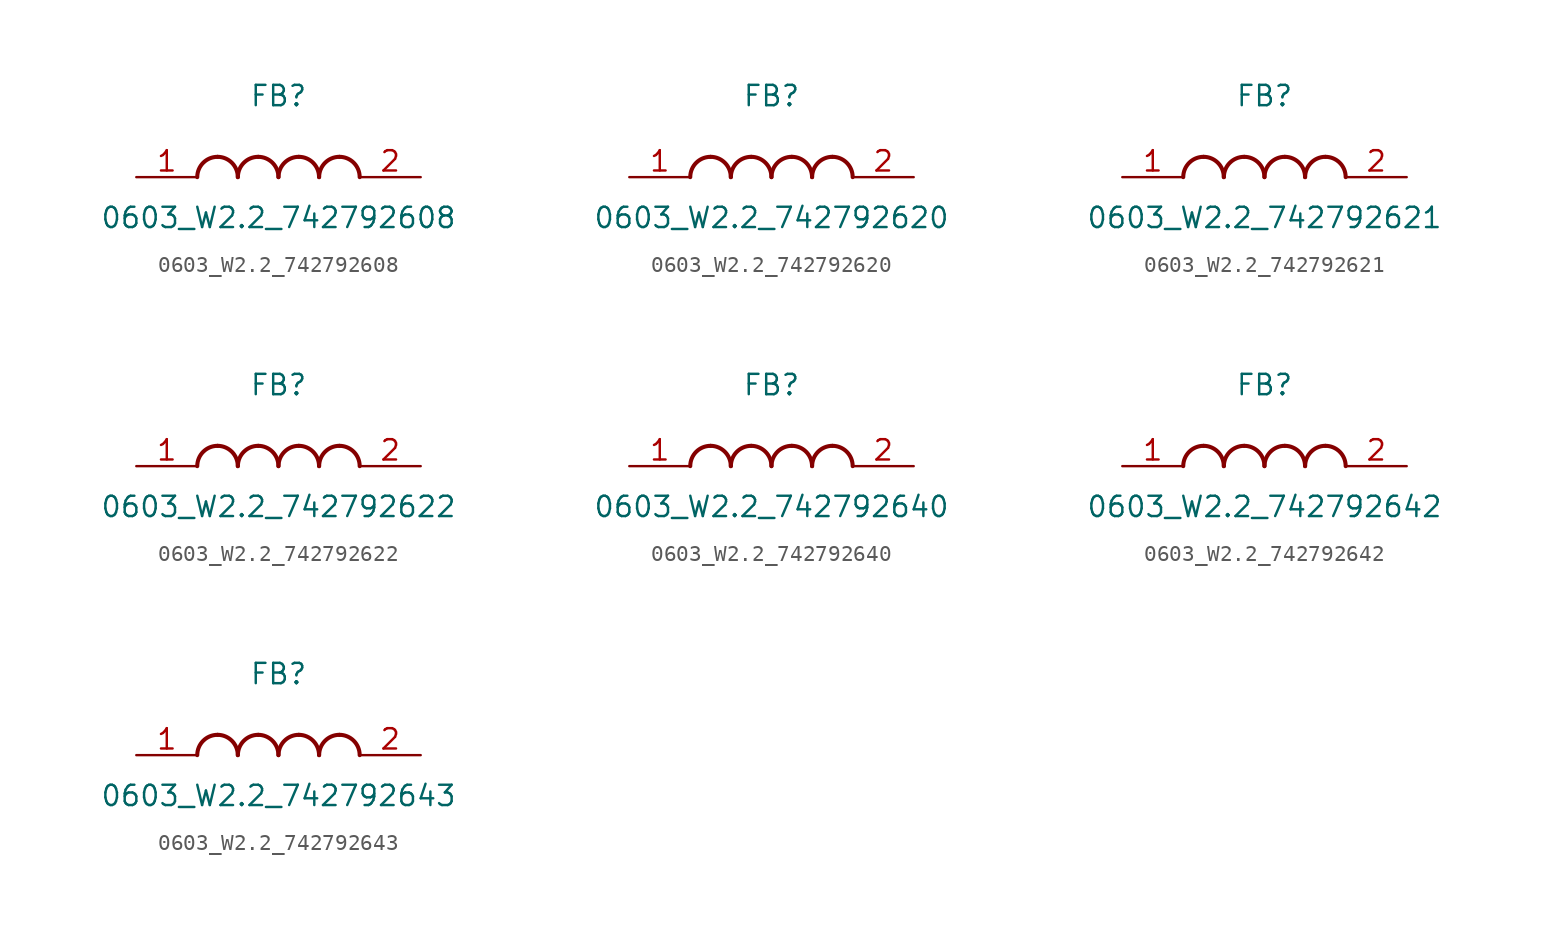
<source format=kicad_sym>
(kicad_symbol_lib
  (version 20211014)
  (generator kicad_symbol_editor)
  (symbol "Ferrite_Wurth_WE-CBF:0603_W2.2_742792608"
    (pin_names hide)
    (property "Reference" "FB"
      (at 0 5.08 0)
      (effects (font (size 1.27 1.27))))
    (property "Value" "0603_W2.2_742792608"
      (at 0 -2.54 0)
      (effects (font (size 1.27 1.27))))
    (symbol "0603_W2.2_742792608_0_1"
      (arc (start -3.81 1.27) (mid -4.708 0.898) (end -5.08 0) (stroke (width 0.254) (type default)) (fill (type none)))
      (arc (start -2.54 0) (mid -2.912 0.898) (end -3.81 1.27) (stroke (width 0.254) (type default)) (fill (type none)))
      (arc (start -1.2699 1.2701) (mid -2.1679 0.8981) (end -2.5399 0.0001) (stroke (width 0.254) (type default)) (fill (type none)))
      (arc (start 0.0001 0.0001) (mid -0.3719 0.8981) (end -1.2699 1.2701) (stroke (width 0.254) (type default)) (fill (type none)))
      (arc (start 1.2701 1.2701) (mid 0.3721 0.8981) (end 0.0001 0.0001) (stroke (width 0.254) (type default)) (fill (type none)))
      (arc (start 2.5401 0.0001) (mid 2.1681 0.8981) (end 1.2701 1.2701) (stroke (width 0.254) (type default)) (fill (type none)))
      (arc (start 3.8101 1.2701) (mid 2.9121 0.8981) (end 2.5401 0.0001) (stroke (width 0.254) (type default)) (fill (type none)))
      (arc (start 5.0801 0.0001) (mid 4.7081 0.8981) (end 3.8101 1.2701) (stroke (width 0.254) (type default)) (fill (type none))))
    (symbol "0603_W2.2_742792608_1_1"
      (pin passive line (at -8.89 0 0) (length 3.81) (name "1" (effects (font (size 1.27 1.27)))) (number "1" (effects (font (size 1.27 1.27)))))
      (pin passive line (at 8.89 0 180) (length 3.81) (name "2" (effects (font (size 1.27 1.27)))) (number "2" (effects (font (size 1.27 1.27)))))))
  (symbol "Ferrite_Wurth_WE-CBF:0603_W2.2_742792620"
    (pin_names hide)
    (property "Reference" "FB"
      (at 0 5.08 0)
      (effects (font (size 1.27 1.27))))
    (property "Value" "0603_W2.2_742792620"
      (at 0 -2.54 0)
      (effects (font (size 1.27 1.27))))
    (symbol "0603_W2.2_742792620_0_1"
      (arc (start -3.81 1.27) (mid -4.708 0.898) (end -5.08 0) (stroke (width 0.254) (type default)) (fill (type none)))
      (arc (start -2.54 0) (mid -2.912 0.898) (end -3.81 1.27) (stroke (width 0.254) (type default)) (fill (type none)))
      (arc (start -1.2699 1.2701) (mid -2.1679 0.8981) (end -2.5399 0.0001) (stroke (width 0.254) (type default)) (fill (type none)))
      (arc (start 0.0001 0.0001) (mid -0.3719 0.8981) (end -1.2699 1.2701) (stroke (width 0.254) (type default)) (fill (type none)))
      (arc (start 1.2701 1.2701) (mid 0.3721 0.8981) (end 0.0001 0.0001) (stroke (width 0.254) (type default)) (fill (type none)))
      (arc (start 2.5401 0.0001) (mid 2.1681 0.8981) (end 1.2701 1.2701) (stroke (width 0.254) (type default)) (fill (type none)))
      (arc (start 3.8101 1.2701) (mid 2.9121 0.8981) (end 2.5401 0.0001) (stroke (width 0.254) (type default)) (fill (type none)))
      (arc (start 5.0801 0.0001) (mid 4.7081 0.8981) (end 3.8101 1.2701) (stroke (width 0.254) (type default)) (fill (type none))))
    (symbol "0603_W2.2_742792620_1_1"
      (pin passive line (at -8.89 0 0) (length 3.81) (name "1" (effects (font (size 1.27 1.27)))) (number "1" (effects (font (size 1.27 1.27)))))
      (pin passive line (at 8.89 0 180) (length 3.81) (name "2" (effects (font (size 1.27 1.27)))) (number "2" (effects (font (size 1.27 1.27)))))))
  (symbol "Ferrite_Wurth_WE-CBF:0603_W2.2_742792621"
    (pin_names hide)
    (property "Reference" "FB"
      (at 0 5.08 0)
      (effects (font (size 1.27 1.27))))
    (property "Value" "0603_W2.2_742792621"
      (at 0 -2.54 0)
      (effects (font (size 1.27 1.27))))
    (symbol "0603_W2.2_742792621_0_1"
      (arc (start -3.81 1.27) (mid -4.708 0.898) (end -5.08 0) (stroke (width 0.254) (type default)) (fill (type none)))
      (arc (start -2.54 0) (mid -2.912 0.898) (end -3.81 1.27) (stroke (width 0.254) (type default)) (fill (type none)))
      (arc (start -1.2699 1.2701) (mid -2.1679 0.8981) (end -2.5399 0.0001) (stroke (width 0.254) (type default)) (fill (type none)))
      (arc (start 0.0001 0.0001) (mid -0.3719 0.8981) (end -1.2699 1.2701) (stroke (width 0.254) (type default)) (fill (type none)))
      (arc (start 1.2701 1.2701) (mid 0.3721 0.8981) (end 0.0001 0.0001) (stroke (width 0.254) (type default)) (fill (type none)))
      (arc (start 2.5401 0.0001) (mid 2.1681 0.8981) (end 1.2701 1.2701) (stroke (width 0.254) (type default)) (fill (type none)))
      (arc (start 3.8101 1.2701) (mid 2.9121 0.8981) (end 2.5401 0.0001) (stroke (width 0.254) (type default)) (fill (type none)))
      (arc (start 5.0801 0.0001) (mid 4.7081 0.8981) (end 3.8101 1.2701) (stroke (width 0.254) (type default)) (fill (type none))))
    (symbol "0603_W2.2_742792621_1_1"
      (pin passive line (at -8.89 0 0) (length 3.81) (name "1" (effects (font (size 1.27 1.27)))) (number "1" (effects (font (size 1.27 1.27)))))
      (pin passive line (at 8.89 0 180) (length 3.81) (name "2" (effects (font (size 1.27 1.27)))) (number "2" (effects (font (size 1.27 1.27)))))))
  (symbol "Ferrite_Wurth_WE-CBF:0603_W2.2_742792622"
    (pin_names hide)
    (property "Reference" "FB"
      (at 0 5.08 0)
      (effects (font (size 1.27 1.27))))
    (property "Value" "0603_W2.2_742792622"
      (at 0 -2.54 0)
      (effects (font (size 1.27 1.27))))
    (symbol "0603_W2.2_742792622_0_1"
      (arc (start -3.81 1.27) (mid -4.708 0.898) (end -5.08 0) (stroke (width 0.254) (type default)) (fill (type none)))
      (arc (start -2.54 0) (mid -2.912 0.898) (end -3.81 1.27) (stroke (width 0.254) (type default)) (fill (type none)))
      (arc (start -1.2699 1.2701) (mid -2.1679 0.8981) (end -2.5399 0.0001) (stroke (width 0.254) (type default)) (fill (type none)))
      (arc (start 0.0001 0.0001) (mid -0.3719 0.8981) (end -1.2699 1.2701) (stroke (width 0.254) (type default)) (fill (type none)))
      (arc (start 1.2701 1.2701) (mid 0.3721 0.8981) (end 0.0001 0.0001) (stroke (width 0.254) (type default)) (fill (type none)))
      (arc (start 2.5401 0.0001) (mid 2.1681 0.8981) (end 1.2701 1.2701) (stroke (width 0.254) (type default)) (fill (type none)))
      (arc (start 3.8101 1.2701) (mid 2.9121 0.8981) (end 2.5401 0.0001) (stroke (width 0.254) (type default)) (fill (type none)))
      (arc (start 5.0801 0.0001) (mid 4.7081 0.8981) (end 3.8101 1.2701) (stroke (width 0.254) (type default)) (fill (type none))))
    (symbol "0603_W2.2_742792622_1_1"
      (pin passive line (at -8.89 0 0) (length 3.81) (name "1" (effects (font (size 1.27 1.27)))) (number "1" (effects (font (size 1.27 1.27)))))
      (pin passive line (at 8.89 0 180) (length 3.81) (name "2" (effects (font (size 1.27 1.27)))) (number "2" (effects (font (size 1.27 1.27)))))))
  (symbol "Ferrite_Wurth_WE-CBF:0603_W2.2_742792640"
    (pin_names hide)
    (property "Reference" "FB"
      (at 0 5.08 0)
      (effects (font (size 1.27 1.27))))
    (property "Value" "0603_W2.2_742792640"
      (at 0 -2.54 0)
      (effects (font (size 1.27 1.27))))
    (symbol "0603_W2.2_742792640_0_1"
      (arc (start -3.81 1.27) (mid -4.708 0.898) (end -5.08 0) (stroke (width 0.254) (type default)) (fill (type none)))
      (arc (start -2.54 0) (mid -2.912 0.898) (end -3.81 1.27) (stroke (width 0.254) (type default)) (fill (type none)))
      (arc (start -1.2699 1.2701) (mid -2.1679 0.8981) (end -2.5399 0.0001) (stroke (width 0.254) (type default)) (fill (type none)))
      (arc (start 0.0001 0.0001) (mid -0.3719 0.8981) (end -1.2699 1.2701) (stroke (width 0.254) (type default)) (fill (type none)))
      (arc (start 1.2701 1.2701) (mid 0.3721 0.8981) (end 0.0001 0.0001) (stroke (width 0.254) (type default)) (fill (type none)))
      (arc (start 2.5401 0.0001) (mid 2.1681 0.8981) (end 1.2701 1.2701) (stroke (width 0.254) (type default)) (fill (type none)))
      (arc (start 3.8101 1.2701) (mid 2.9121 0.8981) (end 2.5401 0.0001) (stroke (width 0.254) (type default)) (fill (type none)))
      (arc (start 5.0801 0.0001) (mid 4.7081 0.8981) (end 3.8101 1.2701) (stroke (width 0.254) (type default)) (fill (type none))))
    (symbol "0603_W2.2_742792640_1_1"
      (pin passive line (at -8.89 0 0) (length 3.81) (name "1" (effects (font (size 1.27 1.27)))) (number "1" (effects (font (size 1.27 1.27)))))
      (pin passive line (at 8.89 0 180) (length 3.81) (name "2" (effects (font (size 1.27 1.27)))) (number "2" (effects (font (size 1.27 1.27)))))))
  (symbol "Ferrite_Wurth_WE-CBF:0603_W2.2_742792642"
    (pin_names hide)
    (property "Reference" "FB"
      (at 0 5.08 0)
      (effects (font (size 1.27 1.27))))
    (property "Value" "0603_W2.2_742792642"
      (at 0 -2.54 0)
      (effects (font (size 1.27 1.27))))
    (symbol "0603_W2.2_742792642_0_1"
      (arc (start -3.81 1.27) (mid -4.708 0.898) (end -5.08 0) (stroke (width 0.254) (type default)) (fill (type none)))
      (arc (start -2.54 0) (mid -2.912 0.898) (end -3.81 1.27) (stroke (width 0.254) (type default)) (fill (type none)))
      (arc (start -1.2699 1.2701) (mid -2.1679 0.8981) (end -2.5399 0.0001) (stroke (width 0.254) (type default)) (fill (type none)))
      (arc (start 0.0001 0.0001) (mid -0.3719 0.8981) (end -1.2699 1.2701) (stroke (width 0.254) (type default)) (fill (type none)))
      (arc (start 1.2701 1.2701) (mid 0.3721 0.8981) (end 0.0001 0.0001) (stroke (width 0.254) (type default)) (fill (type none)))
      (arc (start 2.5401 0.0001) (mid 2.1681 0.8981) (end 1.2701 1.2701) (stroke (width 0.254) (type default)) (fill (type none)))
      (arc (start 3.8101 1.2701) (mid 2.9121 0.8981) (end 2.5401 0.0001) (stroke (width 0.254) (type default)) (fill (type none)))
      (arc (start 5.0801 0.0001) (mid 4.7081 0.8981) (end 3.8101 1.2701) (stroke (width 0.254) (type default)) (fill (type none))))
    (symbol "0603_W2.2_742792642_1_1"
      (pin passive line (at -8.89 0 0) (length 3.81) (name "1" (effects (font (size 1.27 1.27)))) (number "1" (effects (font (size 1.27 1.27)))))
      (pin passive line (at 8.89 0 180) (length 3.81) (name "2" (effects (font (size 1.27 1.27)))) (number "2" (effects (font (size 1.27 1.27)))))))
  (symbol "Ferrite_Wurth_WE-CBF:0603_W2.2_742792643"
    (pin_names hide)
    (property "Reference" "FB"
      (at 0 5.08 0)
      (effects (font (size 1.27 1.27))))
    (property "Value" "0603_W2.2_742792643"
      (at 0 -2.54 0)
      (effects (font (size 1.27 1.27))))
    (symbol "0603_W2.2_742792643_0_1"
      (arc (start -3.81 1.27) (mid -4.708 0.898) (end -5.08 0) (stroke (width 0.254) (type default)) (fill (type none)))
      (arc (start -2.54 0) (mid -2.912 0.898) (end -3.81 1.27) (stroke (width 0.254) (type default)) (fill (type none)))
      (arc (start -1.2699 1.2701) (mid -2.1679 0.8981) (end -2.5399 0.0001) (stroke (width 0.254) (type default)) (fill (type none)))
      (arc (start 0.0001 0.0001) (mid -0.3719 0.8981) (end -1.2699 1.2701) (stroke (width 0.254) (type default)) (fill (type none)))
      (arc (start 1.2701 1.2701) (mid 0.3721 0.8981) (end 0.0001 0.0001) (stroke (width 0.254) (type default)) (fill (type none)))
      (arc (start 2.5401 0.0001) (mid 2.1681 0.8981) (end 1.2701 1.2701) (stroke (width 0.254) (type default)) (fill (type none)))
      (arc (start 3.8101 1.2701) (mid 2.9121 0.8981) (end 2.5401 0.0001) (stroke (width 0.254) (type default)) (fill (type none)))
      (arc (start 5.0801 0.0001) (mid 4.7081 0.8981) (end 3.8101 1.2701) (stroke (width 0.254) (type default)) (fill (type none))))
    (symbol "0603_W2.2_742792643_1_1"
      (pin passive line (at -8.89 0 0) (length 3.81) (name "1" (effects (font (size 1.27 1.27)))) (number "1" (effects (font (size 1.27 1.27)))))
      (pin passive line (at 8.89 0 180) (length 3.81) (name "2" (effects (font (size 1.27 1.27)))) (number "2" (effects (font (size 1.27 1.27))))))))
</source>
